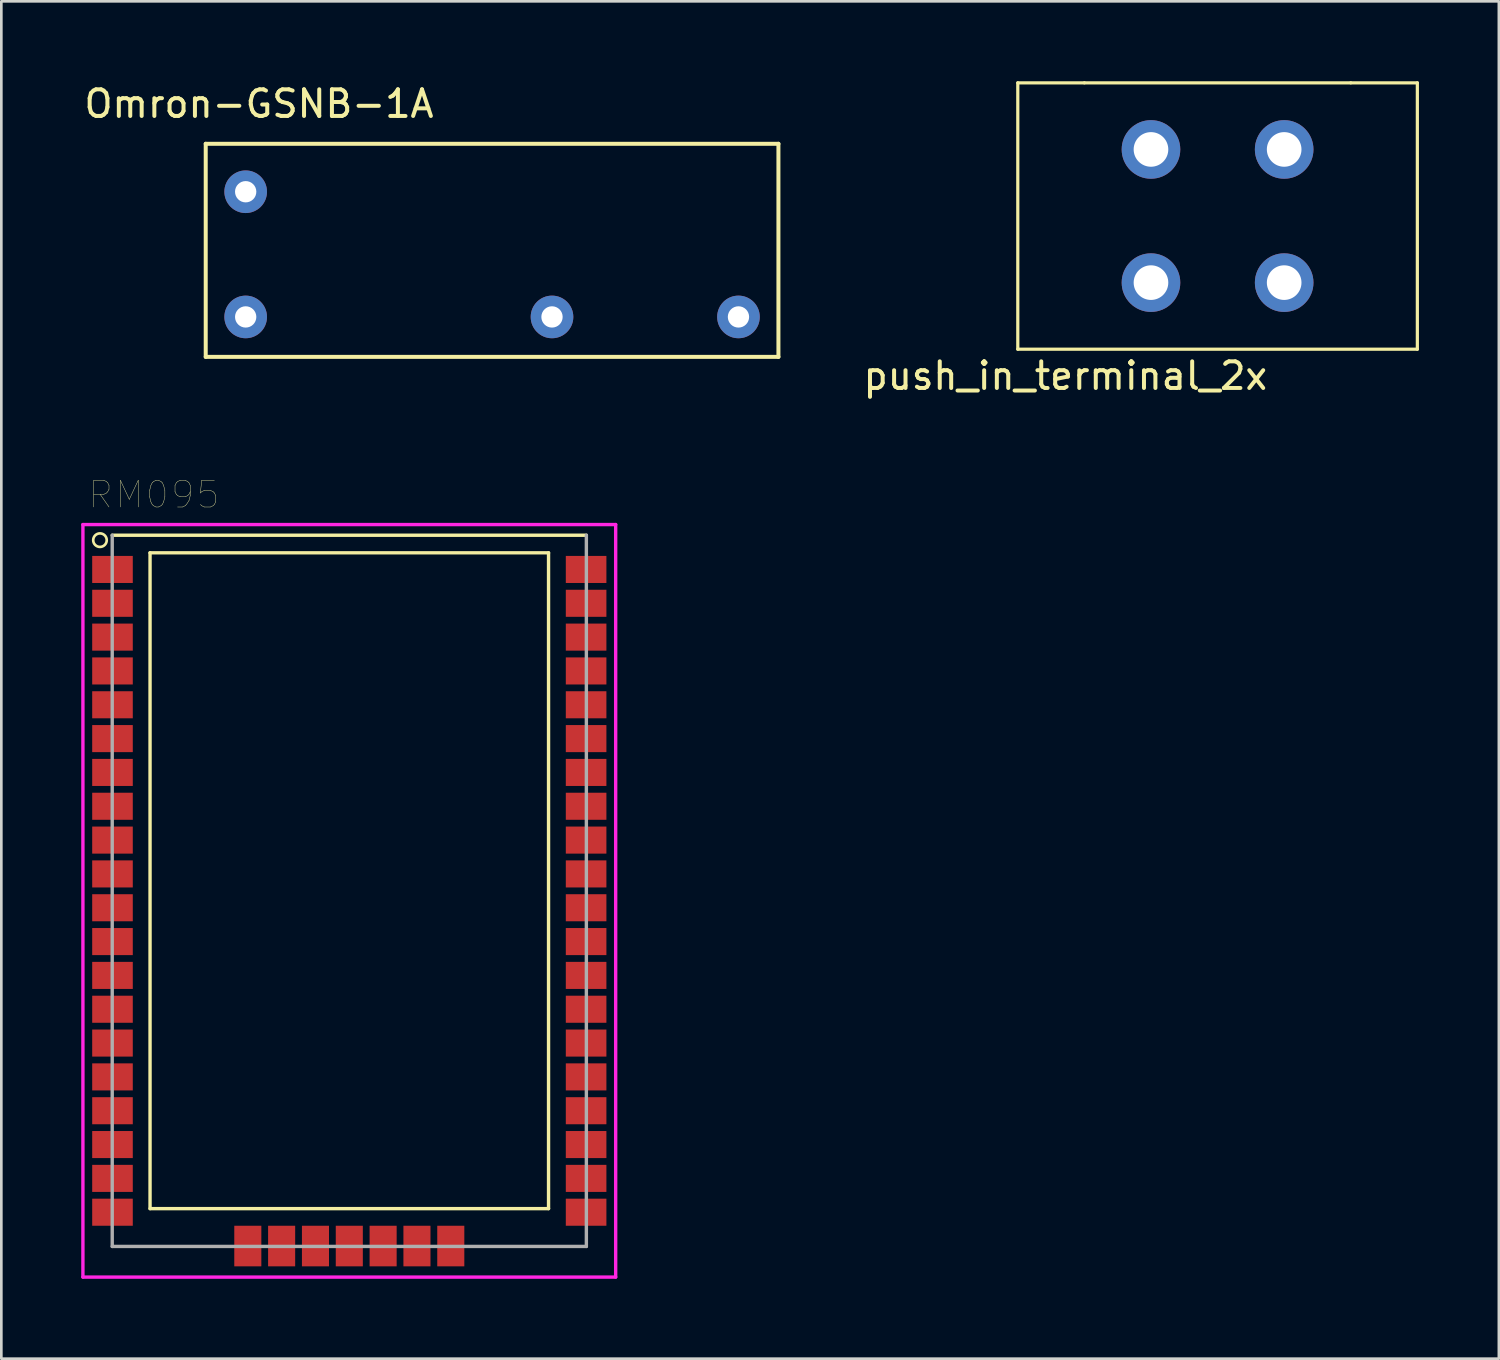
<source format=kicad_pcb>
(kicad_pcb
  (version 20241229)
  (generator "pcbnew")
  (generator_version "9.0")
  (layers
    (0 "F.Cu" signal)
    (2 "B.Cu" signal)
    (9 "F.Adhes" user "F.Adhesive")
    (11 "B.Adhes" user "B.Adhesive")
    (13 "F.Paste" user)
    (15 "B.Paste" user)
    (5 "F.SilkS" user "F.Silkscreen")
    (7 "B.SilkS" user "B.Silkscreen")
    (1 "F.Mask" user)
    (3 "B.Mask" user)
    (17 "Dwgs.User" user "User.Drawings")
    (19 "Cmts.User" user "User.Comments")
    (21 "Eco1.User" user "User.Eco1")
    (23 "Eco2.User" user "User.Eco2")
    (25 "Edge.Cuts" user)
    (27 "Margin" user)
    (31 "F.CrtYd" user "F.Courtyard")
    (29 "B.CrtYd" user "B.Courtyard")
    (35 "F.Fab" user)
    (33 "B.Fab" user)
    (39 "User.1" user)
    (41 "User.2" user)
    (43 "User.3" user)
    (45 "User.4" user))
  (footprint "RM095"
    (layer "F.Cu")
    (at 10.063 30.393)
    (property "Reference" "RM095" (at -7.329 -14.873 0) (layer "F.SilkS") (effects (font (size 1.001 1.001) (thickness 0.015))))
    (attr through_hole)
    (fp_line (start -7.48 -12.69) (end -7.48 11.93) (stroke (width 0.127) (type solid)) (layer "F.SilkS"))
    (fp_line (start -7.48 11.93) (end 7.48 11.93) (stroke (width 0.127) (type solid)) (layer "F.SilkS"))
    (fp_line (start 7.48 -12.69) (end -7.48 -12.69) (stroke (width 0.127) (type solid)) (layer "F.SilkS"))
    (fp_line (start 7.48 11.93) (end 7.48 -12.69) (stroke (width 0.127) (type solid)) (layer "F.SilkS"))
    (fp_line (start 8.9 -13.35) (end -8.9 -13.35) (stroke (width 0.127) (type solid)) (layer "F.SilkS"))
    (fp_circle (center -9.36 -13.165) (end -9.106 -13.165) (stroke (width 0.1) (type solid)) (fill no) (layer "F.SilkS"))
    (fp_line (start -10 -13.75) (end 10 -13.75) (stroke (width 0.127) (type solid)) (layer "F.CrtYd"))
    (fp_line (start -10 14.5) (end -10 -13.75) (stroke (width 0.127) (type solid)) (layer "F.CrtYd"))
    (fp_line (start 10 -13.75) (end 10 14.5) (stroke (width 0.127) (type solid)) (layer "F.CrtYd"))
    (fp_line (start 10 14.5) (end -10 14.5) (stroke (width 0.127) (type solid)) (layer "F.CrtYd"))
    (fp_line (start -8.9 -13.35) (end -8.9 13.35) (stroke (width 0.127) (type solid)) (layer "F.Fab"))
    (fp_line (start -8.9 13.35) (end 8.9 13.35) (stroke (width 0.127) (type solid)) (layer "F.Fab"))
    (fp_line (start 8.9 13.35) (end 8.9 -13.35) (stroke (width 0.127) (type solid)) (layer "F.Fab"))
    (pad "1" smd rect (at -8.89 -12.065) (size 1.524 1.016) (layers "F.Cu" "F.Mask" "F.Paste"))
    (pad "2" smd rect (at -8.89 -10.795) (size 1.524 1.016) (layers "F.Cu" "F.Mask" "F.Paste"))
    (pad "3" smd rect (at -8.89 -9.525) (size 1.524 1.016) (layers "F.Cu" "F.Mask" "F.Paste"))
    (pad "4" smd rect (at -8.89 -8.255) (size 1.524 1.016) (layers "F.Cu" "F.Mask" "F.Paste"))
    (pad "5" smd rect (at -8.89 -6.985) (size 1.524 1.016) (layers "F.Cu" "F.Mask" "F.Paste"))
    (pad "6" smd rect (at -8.89 -5.715) (size 1.524 1.016) (layers "F.Cu" "F.Mask" "F.Paste"))
    (pad "7" smd rect (at -8.89 -4.445) (size 1.524 1.016) (layers "F.Cu" "F.Mask" "F.Paste"))
    (pad "8" smd rect (at -8.89 -3.175) (size 1.524 1.016) (layers "F.Cu" "F.Mask" "F.Paste"))
    (pad "9" smd rect (at -8.89 -1.905) (size 1.524 1.016) (layers "F.Cu" "F.Mask" "F.Paste"))
    (pad "10" smd rect (at -8.89 -0.635) (size 1.524 1.016) (layers "F.Cu" "F.Mask" "F.Paste"))
    (pad "11" smd rect (at -8.89 0.635) (size 1.524 1.016) (layers "F.Cu" "F.Mask" "F.Paste"))
    (pad "12" smd rect (at -8.89 1.905) (size 1.524 1.016) (layers "F.Cu" "F.Mask" "F.Paste"))
    (pad "13" smd rect (at -8.89 3.175) (size 1.524 1.016) (layers "F.Cu" "F.Mask" "F.Paste"))
    (pad "14" smd rect (at -8.89 4.445) (size 1.524 1.016) (layers "F.Cu" "F.Mask" "F.Paste"))
    (pad "15" smd rect (at -8.89 5.715) (size 1.524 1.016) (layers "F.Cu" "F.Mask" "F.Paste"))
    (pad "16" smd rect (at -8.89 6.985) (size 1.524 1.016) (layers "F.Cu" "F.Mask" "F.Paste"))
    (pad "17" smd rect (at -8.89 8.255) (size 1.524 1.016) (layers "F.Cu" "F.Mask" "F.Paste"))
    (pad "18" smd rect (at -8.89 9.525) (size 1.524 1.016) (layers "F.Cu" "F.Mask" "F.Paste"))
    (pad "19" smd rect (at -8.89 10.795) (size 1.524 1.016) (layers "F.Cu" "F.Mask" "F.Paste"))
    (pad "20" smd rect (at -8.89 12.065) (size 1.524 1.016) (layers "F.Cu" "F.Mask" "F.Paste"))
    (pad "21" smd rect (at -3.81 13.335) (size 1.016 1.524) (layers "F.Cu" "F.Mask" "F.Paste"))
    (pad "22" smd rect (at -2.54 13.335) (size 1.016 1.524) (layers "F.Cu" "F.Mask" "F.Paste"))
    (pad "23" smd rect (at -1.27 13.335) (size 1.016 1.524) (layers "F.Cu" "F.Mask" "F.Paste"))
    (pad "24" smd rect (at 0 13.335) (size 1.016 1.524) (layers "F.Cu" "F.Mask" "F.Paste"))
    (pad "25" smd rect (at 1.27 13.335) (size 1.016 1.524) (layers "F.Cu" "F.Mask" "F.Paste"))
    (pad "26" smd rect (at 2.54 13.335) (size 1.016 1.524) (layers "F.Cu" "F.Mask" "F.Paste"))
    (pad "27" smd rect (at 3.81 13.335) (size 1.016 1.524) (layers "F.Cu" "F.Mask" "F.Paste"))
    (pad "28" smd rect (at 8.89 12.065) (size 1.524 1.016) (layers "F.Cu" "F.Mask" "F.Paste"))
    (pad "29" smd rect (at 8.89 10.795) (size 1.524 1.016) (layers "F.Cu" "F.Mask" "F.Paste"))
    (pad "30" smd rect (at 8.89 9.525) (size 1.524 1.016) (layers "F.Cu" "F.Mask" "F.Paste"))
    (pad "31" smd rect (at 8.89 8.255) (size 1.524 1.016) (layers "F.Cu" "F.Mask" "F.Paste"))
    (pad "32" smd rect (at 8.89 6.985) (size 1.524 1.016) (layers "F.Cu" "F.Mask" "F.Paste"))
    (pad "33" smd rect (at 8.89 5.715) (size 1.524 1.016) (layers "F.Cu" "F.Mask" "F.Paste"))
    (pad "34" smd rect (at 8.89 4.445) (size 1.524 1.016) (layers "F.Cu" "F.Mask" "F.Paste"))
    (pad "35" smd rect (at 8.89 3.175) (size 1.524 1.016) (layers "F.Cu" "F.Mask" "F.Paste"))
    (pad "36" smd rect (at 8.89 1.905) (size 1.524 1.016) (layers "F.Cu" "F.Mask" "F.Paste"))
    (pad "37" smd rect (at 8.89 0.635) (size 1.524 1.016) (layers "F.Cu" "F.Mask" "F.Paste"))
    (pad "38" smd rect (at 8.89 -0.635) (size 1.524 1.016) (layers "F.Cu" "F.Mask" "F.Paste"))
    (pad "39" smd rect (at 8.89 -1.905) (size 1.524 1.016) (layers "F.Cu" "F.Mask" "F.Paste"))
    (pad "40" smd rect (at 8.89 -3.175) (size 1.524 1.016) (layers "F.Cu" "F.Mask" "F.Paste"))
    (pad "41" smd rect (at 8.89 -4.445) (size 1.524 1.016) (layers "F.Cu" "F.Mask" "F.Paste"))
    (pad "42" smd rect (at 8.89 -5.715) (size 1.524 1.016) (layers "F.Cu" "F.Mask" "F.Paste"))
    (pad "43" smd rect (at 8.89 -6.985) (size 1.524 1.016) (layers "F.Cu" "F.Mask" "F.Paste"))
    (pad "44" smd rect (at 8.89 -8.255) (size 1.524 1.016) (layers "F.Cu" "F.Mask" "F.Paste"))
    (pad "45" smd rect (at 8.89 -9.525) (size 1.524 1.016) (layers "F.Cu" "F.Mask" "F.Paste"))
    (pad "46" smd rect (at 8.89 -10.795) (size 1.524 1.016) (layers "F.Cu" "F.Mask" "F.Paste"))
    (pad "47" smd rect (at 8.89 -12.065) (size 1.524 1.016) (layers "F.Cu" "F.Mask" "F.Paste")))
  (footprint "push_in_terminal_2x"
    (layer "F.Cu")
    (at 42.659 5.06)
    (property "Reference" "push_in_terminal_2x" (at -5.715 6 0) (layer "F.SilkS") (effects (font (size 1 1) (thickness 0.15))))
    (attr through_hole)
    (fp_line (start -7.5 -5) (end -5 -5) (stroke (width 0.12) (type solid)) (layer "F.SilkS"))
    (fp_line (start -7.5 5) (end -7.5 -5) (stroke (width 0.12) (type solid)) (layer "F.SilkS"))
    (fp_line (start -5 -5) (end 5 -5) (stroke (width 0.12) (type solid)) (layer "F.SilkS"))
    (fp_line (start 5 -5) (end 7.5 -5) (stroke (width 0.12) (type solid)) (layer "F.SilkS"))
    (fp_line (start 7.5 -5) (end 7.5 5) (stroke (width 0.12) (type solid)) (layer "F.SilkS"))
    (fp_line (start 7.5 5) (end -7.5 5) (stroke (width 0.12) (type solid)) (layer "F.SilkS"))
    (pad "1" thru_hole circle (at -2.5 -2.5) (size 2.2 2.2) (drill 1.3) (layers "*.Cu" "*.Mask"))
    (pad "1" thru_hole circle (at 2.5 -2.5) (size 2.2 2.2) (drill 1.3) (layers "*.Cu" "*.Mask"))
    (pad "2" thru_hole circle (at -2.5 2.5) (size 2.2 2.2) (drill 1.3) (layers "*.Cu" "*.Mask"))
    (pad "2" thru_hole circle (at 2.5 2.5) (size 2.2 2.2) (drill 1.3) (layers "*.Cu" "*.Mask")))
  (footprint "Omron-GSNB-1A"
    (layer "F.Cu")
    (at 6.173 8.848)
    (property "Reference" "Omron-GSNB-1A" (at 0.5 -8 0) (layer "F.SilkS") (effects (font (size 1 1) (thickness 0.15))))
    (attr through_hole)
    (fp_line (start -1.5 1.5) (end -1.5 -6.5) (stroke (width 0.15) (type solid)) (layer "F.SilkS"))
    (fp_line (start -1.5 1.5) (end 20 1.5) (stroke (width 0.15) (type solid)) (layer "F.SilkS"))
    (fp_line (start 20 -6.5) (end -1.5 -6.5) (stroke (width 0.15) (type solid)) (layer "F.SilkS"))
    (fp_line (start 20 1.5) (end 20 -6.5) (stroke (width 0.15) (type solid)) (layer "F.SilkS"))
    (pad "1" thru_hole circle (at 0 0) (size 1.6 1.6) (drill 0.8) (layers "*.Cu" "*.Mask"))
    (pad "2" thru_hole circle (at 11.5 0) (size 1.6 1.6) (drill 0.8) (layers "*.Cu" "*.Mask"))
    (pad "3" thru_hole circle (at 18.5 0) (size 1.6 1.6) (drill 0.8) (layers "*.Cu" "*.Mask"))
    (pad "4" thru_hole circle (at 0 -4.7) (size 1.6 1.6) (drill 0.8) (layers "*.Cu" "*.Mask")))
  (gr_rect
    (start -3 -3)
    (end 53.219 47.956)
    (stroke (width 0.1) (type default))
    (fill no)
    (layer "Edge.Cuts")))
</source>
